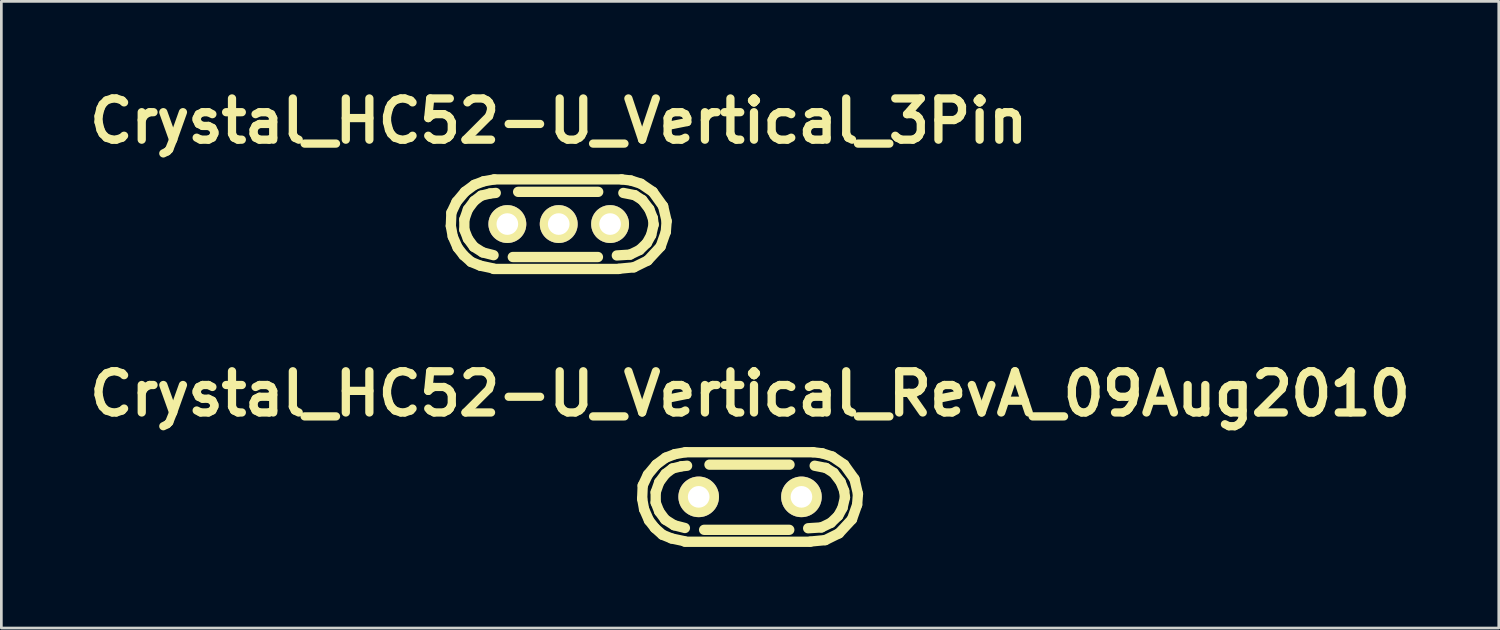
<source format=kicad_pcb>
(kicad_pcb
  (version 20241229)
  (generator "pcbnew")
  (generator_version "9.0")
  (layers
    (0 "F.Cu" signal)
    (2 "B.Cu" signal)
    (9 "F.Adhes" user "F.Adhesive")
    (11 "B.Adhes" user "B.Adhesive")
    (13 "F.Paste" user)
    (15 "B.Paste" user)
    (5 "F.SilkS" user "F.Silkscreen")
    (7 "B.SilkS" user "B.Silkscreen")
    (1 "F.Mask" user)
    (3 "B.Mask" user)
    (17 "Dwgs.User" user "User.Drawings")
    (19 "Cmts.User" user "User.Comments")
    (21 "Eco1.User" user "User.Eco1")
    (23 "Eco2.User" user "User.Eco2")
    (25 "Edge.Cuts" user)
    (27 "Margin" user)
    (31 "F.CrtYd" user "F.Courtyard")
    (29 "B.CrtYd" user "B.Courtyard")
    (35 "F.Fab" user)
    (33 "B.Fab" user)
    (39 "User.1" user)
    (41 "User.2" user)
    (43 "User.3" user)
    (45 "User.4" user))
  (footprint "Crystal_HC52-U_Vertical_3Pin"
    (layer "F.Cu")
    (at 17.613 5.236)
    (property "Reference" "Crystal_HC52-U_Vertical_3Pin" (at 0 -3.81 0) (layer "F.SilkS") (effects (font (size 1.524 1.524) (thickness 0.305))))
    (attr through_hole)
    (fp_line (start -3.99 0.071) (end -3.97 -0.419) (stroke (width 0.381) (type solid)) (layer "F.SilkS"))
    (fp_line (start -3.97 -0.419) (end -3.78 -0.82) (stroke (width 0.381) (type solid)) (layer "F.SilkS"))
    (fp_line (start -3.919 0.46) (end -3.99 0.071) (stroke (width 0.381) (type solid)) (layer "F.SilkS"))
    (fp_line (start -3.78 -0.82) (end -3.47 -1.191) (stroke (width 0.381) (type solid)) (layer "F.SilkS"))
    (fp_line (start -3.739 0.871) (end -3.919 0.46) (stroke (width 0.381) (type solid)) (layer "F.SilkS"))
    (fp_line (start -3.52 1.151) (end -3.739 0.871) (stroke (width 0.381) (type solid)) (layer "F.SilkS"))
    (fp_line (start -3.49 -0.17) (end -3.36 -0.541) (stroke (width 0.381) (type solid)) (layer "F.SilkS"))
    (fp_line (start -3.49 0.211) (end -3.49 -0.17) (stroke (width 0.381) (type solid)) (layer "F.SilkS"))
    (fp_line (start -3.47 -1.191) (end -3.119 -1.45) (stroke (width 0.381) (type solid)) (layer "F.SilkS"))
    (fp_line (start -3.36 -0.541) (end -3.129 -0.851) (stroke (width 0.381) (type solid)) (layer "F.SilkS"))
    (fp_line (start -3.36 0.541) (end -3.49 0.211) (stroke (width 0.381) (type solid)) (layer "F.SilkS"))
    (fp_line (start -3.241 1.4) (end -3.52 1.151) (stroke (width 0.381) (type solid)) (layer "F.SilkS"))
    (fp_line (start -3.139 0.841) (end -3.36 0.541) (stroke (width 0.381) (type solid)) (layer "F.SilkS"))
    (fp_line (start -3.129 -0.851) (end -2.87 -1.049) (stroke (width 0.381) (type solid)) (layer "F.SilkS"))
    (fp_line (start -3.119 -1.45) (end -2.779 -1.58) (stroke (width 0.381) (type solid)) (layer "F.SilkS"))
    (fp_line (start -2.901 1.539) (end -3.241 1.4) (stroke (width 0.381) (type solid)) (layer "F.SilkS"))
    (fp_line (start -2.87 -1.049) (end -2.54 -1.13) (stroke (width 0.381) (type solid)) (layer "F.SilkS"))
    (fp_line (start -2.809 1.049) (end -3.139 0.841) (stroke (width 0.381) (type solid)) (layer "F.SilkS"))
    (fp_line (start -2.779 -1.58) (end -2.38 -1.651) (stroke (width 0.381) (type solid)) (layer "F.SilkS"))
    (fp_line (start -2.54 -1.13) (end -2.329 -1.151) (stroke (width 0.381) (type solid)) (layer "F.SilkS"))
    (fp_line (start -2.421 1.641) (end -2.901 1.539) (stroke (width 0.381) (type solid)) (layer "F.SilkS"))
    (fp_line (start -2.41 1.151) (end -2.809 1.049) (stroke (width 0.381) (type solid)) (layer "F.SilkS"))
    (fp_line (start -2.39 -1.651) (end 2.329 -1.651) (stroke (width 0.381) (type solid)) (layer "F.SilkS"))
    (fp_line (start -1.699 1.219) (end 1.45 1.219) (stroke (width 0.381) (type solid)) (layer "F.SilkS"))
    (fp_line (start 1.46 -1.191) (end -1.501 -1.191) (stroke (width 0.381) (type solid)) (layer "F.SilkS"))
    (fp_line (start 2.22 1.661) (end -2.41 1.661) (stroke (width 0.381) (type solid)) (layer "F.SilkS"))
    (fp_line (start 2.329 -1.651) (end 2.67 -1.61) (stroke (width 0.381) (type solid)) (layer "F.SilkS"))
    (fp_line (start 2.39 -1.151) (end 2.809 -1.069) (stroke (width 0.381) (type solid)) (layer "F.SilkS"))
    (fp_line (start 2.639 1.13) (end 2.149 1.161) (stroke (width 0.381) (type solid)) (layer "F.SilkS"))
    (fp_line (start 2.67 -1.61) (end 3.04 -1.491) (stroke (width 0.381) (type solid)) (layer "F.SilkS"))
    (fp_line (start 2.779 1.6) (end 2.24 1.651) (stroke (width 0.381) (type solid)) (layer "F.SilkS"))
    (fp_line (start 2.809 -1.069) (end 3.091 -0.889) (stroke (width 0.381) (type solid)) (layer "F.SilkS"))
    (fp_line (start 2.99 0.96) (end 2.639 1.13) (stroke (width 0.381) (type solid)) (layer "F.SilkS"))
    (fp_line (start 3.04 -1.491) (end 3.48 -1.191) (stroke (width 0.381) (type solid)) (layer "F.SilkS"))
    (fp_line (start 3.091 -0.889) (end 3.35 -0.551) (stroke (width 0.381) (type solid)) (layer "F.SilkS"))
    (fp_line (start 3.259 0.701) (end 2.99 0.96) (stroke (width 0.381) (type solid)) (layer "F.SilkS"))
    (fp_line (start 3.289 1.349) (end 2.779 1.6) (stroke (width 0.381) (type solid)) (layer "F.SilkS"))
    (fp_line (start 3.35 -0.551) (end 3.48 -0.221) (stroke (width 0.381) (type solid)) (layer "F.SilkS"))
    (fp_line (start 3.419 0.409) (end 3.259 0.701) (stroke (width 0.381) (type solid)) (layer "F.SilkS"))
    (fp_line (start 3.48 -1.191) (end 3.861 -0.66) (stroke (width 0.381) (type solid)) (layer "F.SilkS"))
    (fp_line (start 3.48 -0.221) (end 3.51 0.02) (stroke (width 0.381) (type solid)) (layer "F.SilkS"))
    (fp_line (start 3.51 0.02) (end 3.419 0.409) (stroke (width 0.381) (type solid)) (layer "F.SilkS"))
    (fp_line (start 3.769 0.831) (end 3.289 1.349) (stroke (width 0.381) (type solid)) (layer "F.SilkS"))
    (fp_line (start 3.861 -0.66) (end 3.99 -0.109) (stroke (width 0.381) (type solid)) (layer "F.SilkS"))
    (fp_line (start 3.96 0.29) (end 3.769 0.831) (stroke (width 0.381) (type solid)) (layer "F.SilkS"))
    (fp_line (start 3.99 -0.109) (end 3.96 0.29) (stroke (width 0.381) (type solid)) (layer "F.SilkS"))
    (pad "1" thru_hole circle (at -1.9 0) (size 1.4 1.4) (drill 0.8) (layers "*.Cu" "*.Mask" "F.SilkS"))
    (pad "2" thru_hole circle (at 1.9 0) (size 1.4 1.4) (drill 0.8) (layers "*.Cu" "*.Mask" "F.SilkS"))
    (pad "3" thru_hole circle (at 0 0) (size 1.4 1.4) (drill 0.8) (layers "*.Cu" "*.Mask" "F.SilkS")))
  (footprint "Crystal_HC52-U_Vertical_RevA_09Aug2010"
    (layer "F.Cu")
    (at 24.689 15.325)
    (property "Reference" "Crystal_HC52-U_Vertical_RevA_09Aug2010" (at 0 -3.81 0) (layer "F.SilkS") (effects (font (size 1.524 1.524) (thickness 0.305))))
    (attr through_hole)
    (fp_line (start -3.99 0.071) (end -3.97 -0.419) (stroke (width 0.381) (type solid)) (layer "F.SilkS"))
    (fp_line (start -3.97 -0.419) (end -3.78 -0.82) (stroke (width 0.381) (type solid)) (layer "F.SilkS"))
    (fp_line (start -3.919 0.46) (end -3.99 0.071) (stroke (width 0.381) (type solid)) (layer "F.SilkS"))
    (fp_line (start -3.78 -0.82) (end -3.47 -1.191) (stroke (width 0.381) (type solid)) (layer "F.SilkS"))
    (fp_line (start -3.739 0.871) (end -3.919 0.46) (stroke (width 0.381) (type solid)) (layer "F.SilkS"))
    (fp_line (start -3.52 1.151) (end -3.739 0.871) (stroke (width 0.381) (type solid)) (layer "F.SilkS"))
    (fp_line (start -3.49 -0.17) (end -3.36 -0.541) (stroke (width 0.381) (type solid)) (layer "F.SilkS"))
    (fp_line (start -3.49 0.211) (end -3.49 -0.17) (stroke (width 0.381) (type solid)) (layer "F.SilkS"))
    (fp_line (start -3.47 -1.191) (end -3.119 -1.45) (stroke (width 0.381) (type solid)) (layer "F.SilkS"))
    (fp_line (start -3.36 -0.541) (end -3.129 -0.851) (stroke (width 0.381) (type solid)) (layer "F.SilkS"))
    (fp_line (start -3.36 0.541) (end -3.49 0.211) (stroke (width 0.381) (type solid)) (layer "F.SilkS"))
    (fp_line (start -3.241 1.4) (end -3.52 1.151) (stroke (width 0.381) (type solid)) (layer "F.SilkS"))
    (fp_line (start -3.139 0.841) (end -3.36 0.541) (stroke (width 0.381) (type solid)) (layer "F.SilkS"))
    (fp_line (start -3.129 -0.851) (end -2.87 -1.049) (stroke (width 0.381) (type solid)) (layer "F.SilkS"))
    (fp_line (start -3.119 -1.45) (end -2.779 -1.58) (stroke (width 0.381) (type solid)) (layer "F.SilkS"))
    (fp_line (start -2.901 1.539) (end -3.241 1.4) (stroke (width 0.381) (type solid)) (layer "F.SilkS"))
    (fp_line (start -2.87 -1.049) (end -2.54 -1.13) (stroke (width 0.381) (type solid)) (layer "F.SilkS"))
    (fp_line (start -2.809 1.049) (end -3.139 0.841) (stroke (width 0.381) (type solid)) (layer "F.SilkS"))
    (fp_line (start -2.779 -1.58) (end -2.38 -1.651) (stroke (width 0.381) (type solid)) (layer "F.SilkS"))
    (fp_line (start -2.54 -1.13) (end -2.329 -1.151) (stroke (width 0.381) (type solid)) (layer "F.SilkS"))
    (fp_line (start -2.421 1.641) (end -2.901 1.539) (stroke (width 0.381) (type solid)) (layer "F.SilkS"))
    (fp_line (start -2.41 1.151) (end -2.809 1.049) (stroke (width 0.381) (type solid)) (layer "F.SilkS"))
    (fp_line (start -2.39 -1.651) (end 2.329 -1.651) (stroke (width 0.381) (type solid)) (layer "F.SilkS"))
    (fp_line (start -1.699 1.219) (end 1.45 1.219) (stroke (width 0.381) (type solid)) (layer "F.SilkS"))
    (fp_line (start 1.46 -1.191) (end -1.501 -1.191) (stroke (width 0.381) (type solid)) (layer "F.SilkS"))
    (fp_line (start 2.22 1.661) (end -2.41 1.661) (stroke (width 0.381) (type solid)) (layer "F.SilkS"))
    (fp_line (start 2.329 -1.651) (end 2.67 -1.61) (stroke (width 0.381) (type solid)) (layer "F.SilkS"))
    (fp_line (start 2.39 -1.151) (end 2.809 -1.069) (stroke (width 0.381) (type solid)) (layer "F.SilkS"))
    (fp_line (start 2.639 1.13) (end 2.149 1.161) (stroke (width 0.381) (type solid)) (layer "F.SilkS"))
    (fp_line (start 2.67 -1.61) (end 3.04 -1.491) (stroke (width 0.381) (type solid)) (layer "F.SilkS"))
    (fp_line (start 2.779 1.6) (end 2.24 1.651) (stroke (width 0.381) (type solid)) (layer "F.SilkS"))
    (fp_line (start 2.809 -1.069) (end 3.091 -0.889) (stroke (width 0.381) (type solid)) (layer "F.SilkS"))
    (fp_line (start 2.99 0.96) (end 2.639 1.13) (stroke (width 0.381) (type solid)) (layer "F.SilkS"))
    (fp_line (start 3.04 -1.491) (end 3.48 -1.191) (stroke (width 0.381) (type solid)) (layer "F.SilkS"))
    (fp_line (start 3.091 -0.889) (end 3.35 -0.551) (stroke (width 0.381) (type solid)) (layer "F.SilkS"))
    (fp_line (start 3.259 0.701) (end 2.99 0.96) (stroke (width 0.381) (type solid)) (layer "F.SilkS"))
    (fp_line (start 3.289 1.349) (end 2.779 1.6) (stroke (width 0.381) (type solid)) (layer "F.SilkS"))
    (fp_line (start 3.35 -0.551) (end 3.48 -0.221) (stroke (width 0.381) (type solid)) (layer "F.SilkS"))
    (fp_line (start 3.419 0.409) (end 3.259 0.701) (stroke (width 0.381) (type solid)) (layer "F.SilkS"))
    (fp_line (start 3.48 -1.191) (end 3.861 -0.66) (stroke (width 0.381) (type solid)) (layer "F.SilkS"))
    (fp_line (start 3.48 -0.221) (end 3.51 0.02) (stroke (width 0.381) (type solid)) (layer "F.SilkS"))
    (fp_line (start 3.51 0.02) (end 3.419 0.409) (stroke (width 0.381) (type solid)) (layer "F.SilkS"))
    (fp_line (start 3.769 0.831) (end 3.289 1.349) (stroke (width 0.381) (type solid)) (layer "F.SilkS"))
    (fp_line (start 3.861 -0.66) (end 3.99 -0.109) (stroke (width 0.381) (type solid)) (layer "F.SilkS"))
    (fp_line (start 3.96 0.29) (end 3.769 0.831) (stroke (width 0.381) (type solid)) (layer "F.SilkS"))
    (fp_line (start 3.99 -0.109) (end 3.96 0.29) (stroke (width 0.381) (type solid)) (layer "F.SilkS"))
    (pad "1" thru_hole circle (at -1.9 0) (size 1.501 1.501) (drill 0.8) (layers "*.Cu" "*.Mask" "F.SilkS"))
    (pad "2" thru_hole circle (at 1.9 0) (size 1.501 1.501) (drill 0.8) (layers "*.Cu" "*.Mask" "F.SilkS")))
  (gr_rect
    (start -3 -3)
    (end 52.378 20.176)
    (stroke (width 0.1) (type default))
    (fill no)
    (layer "Edge.Cuts")))
</source>
